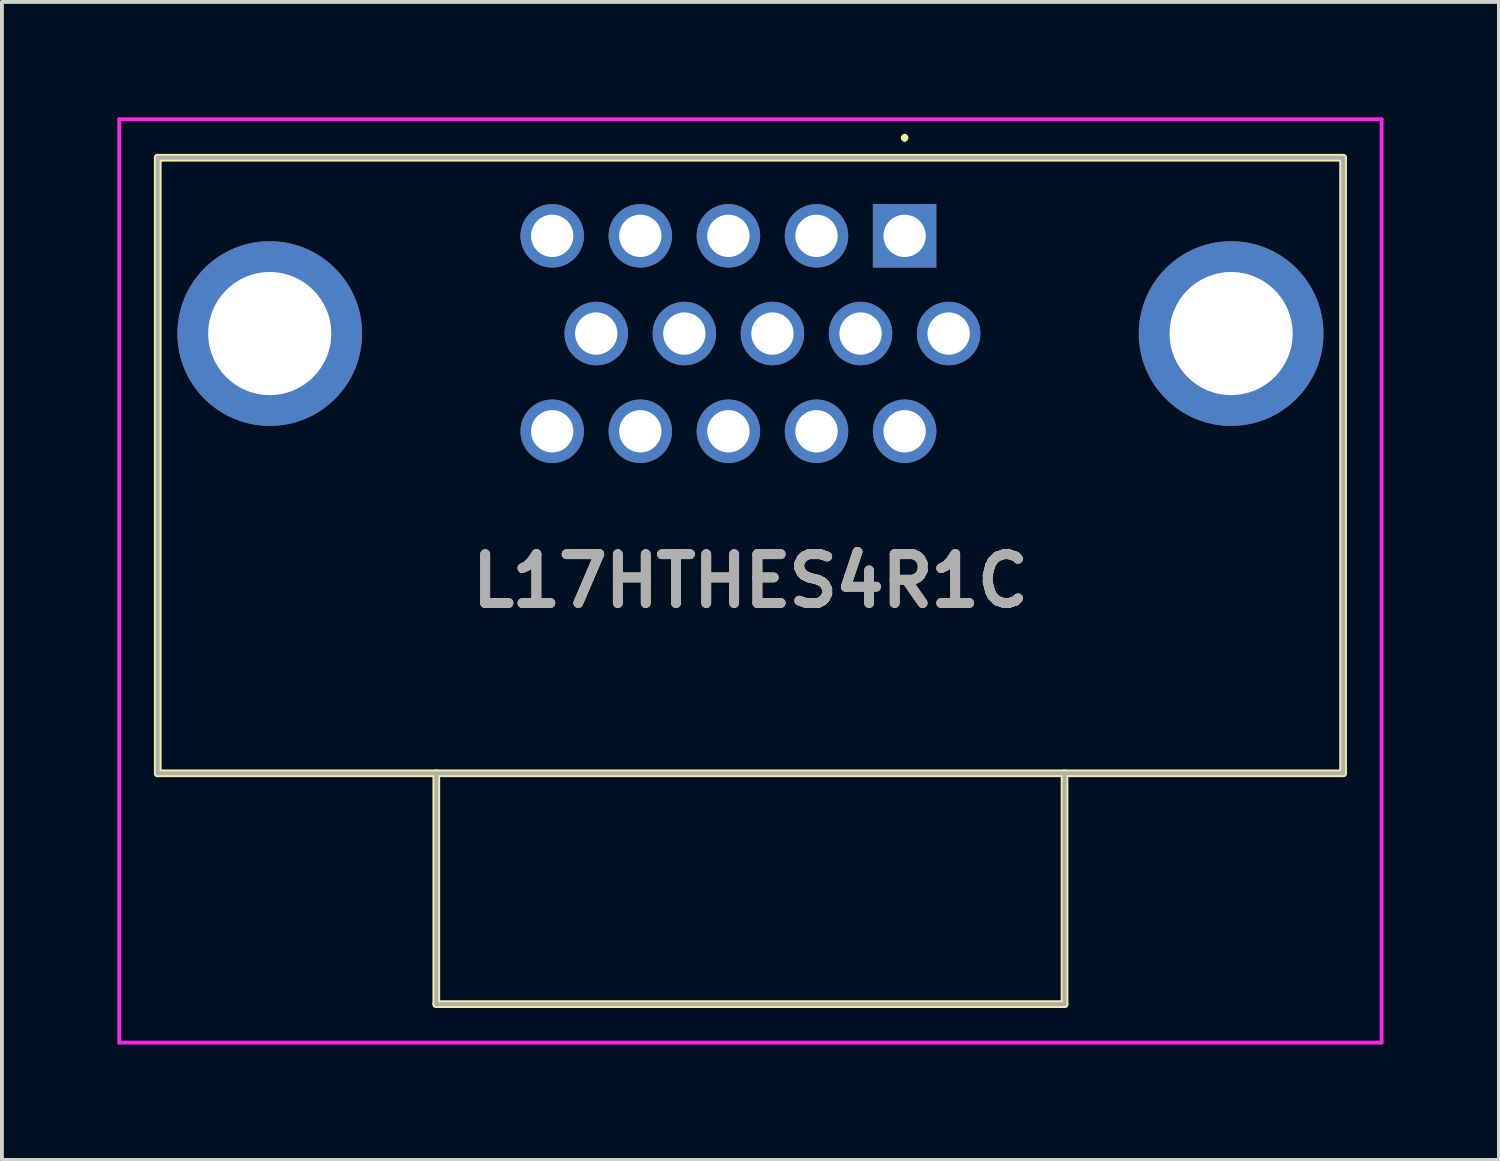
<source format=kicad_pcb>
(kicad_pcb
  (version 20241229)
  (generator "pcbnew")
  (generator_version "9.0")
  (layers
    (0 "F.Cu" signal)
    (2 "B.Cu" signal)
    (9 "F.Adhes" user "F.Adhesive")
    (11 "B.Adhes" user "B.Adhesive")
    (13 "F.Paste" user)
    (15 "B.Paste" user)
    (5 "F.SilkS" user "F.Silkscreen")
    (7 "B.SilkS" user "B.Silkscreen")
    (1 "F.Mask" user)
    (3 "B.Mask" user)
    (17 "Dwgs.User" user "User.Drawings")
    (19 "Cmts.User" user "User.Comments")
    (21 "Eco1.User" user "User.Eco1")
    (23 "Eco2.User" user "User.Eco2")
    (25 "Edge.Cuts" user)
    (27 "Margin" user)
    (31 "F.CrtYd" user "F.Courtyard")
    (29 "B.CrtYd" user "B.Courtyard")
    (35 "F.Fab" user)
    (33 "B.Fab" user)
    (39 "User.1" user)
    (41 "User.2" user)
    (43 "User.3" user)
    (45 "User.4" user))
  (footprint "L17HTHES4R1C"
    (layer "F.Cu")
    (at 20.463 3.08)
    (property "Reference" "L17HTHES4R1C" (at -4.007 8.97 0) (layer "F.SilkS") (effects (font (size 1.27 1.27) (thickness 0.254))))
    (attr through_hole)
    (fp_line (start -19.413 -2.03) (end 11.398 -2.03) (stroke (width 0.2) (type solid)) (layer "F.SilkS"))
    (fp_line (start -19.413 13.97) (end -19.413 -2.03) (stroke (width 0.2) (type solid)) (layer "F.SilkS"))
    (fp_line (start -12.172 13.97) (end -12.172 19.97) (stroke (width 0.2) (type solid)) (layer "F.SilkS"))
    (fp_line (start -12.172 19.97) (end 4.157 19.97) (stroke (width 0.2) (type solid)) (layer "F.SilkS"))
    (fp_line (start 0 -2.6) (end 0 -2.6) (stroke (width 0.1) (type solid)) (layer "F.SilkS"))
    (fp_line (start 0 -2.5) (end 0 -2.5) (stroke (width 0.1) (type solid)) (layer "F.SilkS"))
    (fp_line (start 4.157 19.97) (end 4.157 13.97) (stroke (width 0.2) (type solid)) (layer "F.SilkS"))
    (fp_line (start 11.398 -2.03) (end 11.398 13.97) (stroke (width 0.2) (type solid)) (layer "F.SilkS"))
    (fp_line (start 11.398 13.97) (end -19.413 13.97) (stroke (width 0.2) (type solid)) (layer "F.SilkS"))
    (fp_arc (start 0 -2.6) (mid 0.05 -2.55) (end 0 -2.5) (stroke (width 0.1) (type solid)) (layer "F.SilkS"))
    (fp_arc (start 0 -2.5) (mid -0.05 -2.55) (end 0 -2.6) (stroke (width 0.1) (type solid)) (layer "F.SilkS"))
    (fp_line (start -20.413 -3.03) (end 12.398 -3.03) (stroke (width 0.1) (type solid)) (layer "F.CrtYd"))
    (fp_line (start -20.413 20.97) (end -20.413 -3.03) (stroke (width 0.1) (type solid)) (layer "F.CrtYd"))
    (fp_line (start 12.398 -3.03) (end 12.398 20.97) (stroke (width 0.1) (type solid)) (layer "F.CrtYd"))
    (fp_line (start 12.398 20.97) (end -20.413 20.97) (stroke (width 0.1) (type solid)) (layer "F.CrtYd"))
    (fp_line (start -19.413 -2.03) (end 11.398 -2.03) (stroke (width 0.1) (type solid)) (layer "F.Fab"))
    (fp_line (start -19.413 13.97) (end -19.413 -2.03) (stroke (width 0.1) (type solid)) (layer "F.Fab"))
    (fp_line (start -12.172 13.97) (end -12.172 19.97) (stroke (width 0.1) (type solid)) (layer "F.Fab"))
    (fp_line (start -12.172 19.97) (end 4.157 19.97) (stroke (width 0.1) (type solid)) (layer "F.Fab"))
    (fp_line (start 4.157 19.97) (end 4.157 13.97) (stroke (width 0.1) (type solid)) (layer "F.Fab"))
    (fp_line (start 11.398 -2.03) (end 11.398 13.97) (stroke (width 0.1) (type solid)) (layer "F.Fab"))
    (fp_line (start 11.398 13.97) (end -19.413 13.97) (stroke (width 0.1) (type solid)) (layer "F.Fab"))
    (fp_text user "${REFERENCE}" (at -4.007 8.97 0) (layer "F.Fab") (effects (font (size 1.27 1.27) (thickness 0.254))))
    (pad "1" thru_hole rect (at 0 0) (size 1.65 1.65) (drill 1.1) (layers "*.Cu" "*.Mask"))
    (pad "2" thru_hole circle (at -2.29 0) (size 1.65 1.65) (drill 1.1) (layers "*.Cu" "*.Mask"))
    (pad "3" thru_hole circle (at -4.58 0) (size 1.65 1.65) (drill 1.1) (layers "*.Cu" "*.Mask"))
    (pad "4" thru_hole circle (at -6.87 0) (size 1.65 1.65) (drill 1.1) (layers "*.Cu" "*.Mask"))
    (pad "5" thru_hole circle (at -9.16 0) (size 1.65 1.65) (drill 1.1) (layers "*.Cu" "*.Mask"))
    (pad "6" thru_hole circle (at 1.145 2.54) (size 1.65 1.65) (drill 1.1) (layers "*.Cu" "*.Mask"))
    (pad "7" thru_hole circle (at -1.145 2.54) (size 1.65 1.65) (drill 1.1) (layers "*.Cu" "*.Mask"))
    (pad "8" thru_hole circle (at -3.435 2.54) (size 1.65 1.65) (drill 1.1) (layers "*.Cu" "*.Mask"))
    (pad "9" thru_hole circle (at -5.725 2.54) (size 1.65 1.65) (drill 1.1) (layers "*.Cu" "*.Mask"))
    (pad "10" thru_hole circle (at -8.015 2.54) (size 1.65 1.65) (drill 1.1) (layers "*.Cu" "*.Mask"))
    (pad "11" thru_hole circle (at 0 5.08) (size 1.65 1.65) (drill 1.1) (layers "*.Cu" "*.Mask"))
    (pad "12" thru_hole circle (at -2.29 5.08) (size 1.65 1.65) (drill 1.1) (layers "*.Cu" "*.Mask"))
    (pad "13" thru_hole circle (at -4.58 5.08) (size 1.65 1.65) (drill 1.1) (layers "*.Cu" "*.Mask"))
    (pad "14" thru_hole circle (at -6.87 5.08) (size 1.65 1.65) (drill 1.1) (layers "*.Cu" "*.Mask"))
    (pad "15" thru_hole circle (at -9.16 5.08) (size 1.65 1.65) (drill 1.1) (layers "*.Cu" "*.Mask"))
    (pad "MH1" thru_hole circle (at 8.487 2.54) (size 4.8 4.8) (drill 3.2) (layers "*.Cu" "*.Mask"))
    (pad "MH2" thru_hole circle (at -16.502 2.54) (size 4.8 4.8) (drill 3.2) (layers "*.Cu" "*.Mask")))
  (gr_rect
    (start -3 -3)
    (end 35.911 27.1)
    (stroke (width 0.1) (type default))
    (fill no)
    (layer "Edge.Cuts")))
</source>
